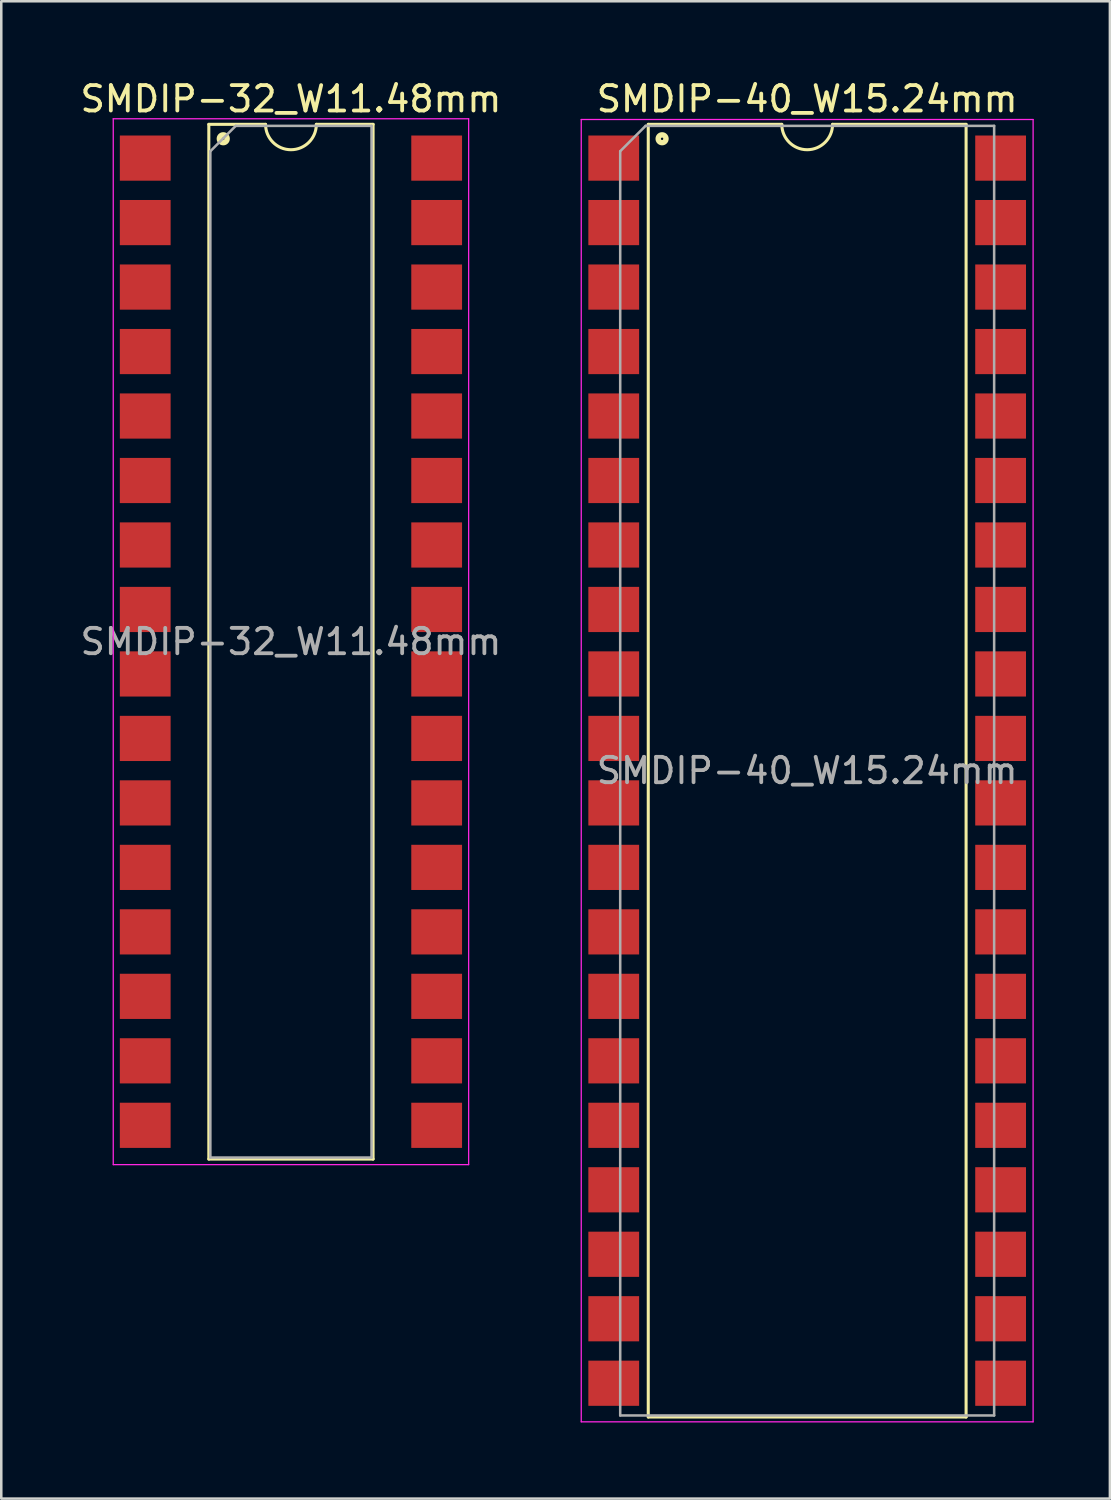
<source format=kicad_pcb>
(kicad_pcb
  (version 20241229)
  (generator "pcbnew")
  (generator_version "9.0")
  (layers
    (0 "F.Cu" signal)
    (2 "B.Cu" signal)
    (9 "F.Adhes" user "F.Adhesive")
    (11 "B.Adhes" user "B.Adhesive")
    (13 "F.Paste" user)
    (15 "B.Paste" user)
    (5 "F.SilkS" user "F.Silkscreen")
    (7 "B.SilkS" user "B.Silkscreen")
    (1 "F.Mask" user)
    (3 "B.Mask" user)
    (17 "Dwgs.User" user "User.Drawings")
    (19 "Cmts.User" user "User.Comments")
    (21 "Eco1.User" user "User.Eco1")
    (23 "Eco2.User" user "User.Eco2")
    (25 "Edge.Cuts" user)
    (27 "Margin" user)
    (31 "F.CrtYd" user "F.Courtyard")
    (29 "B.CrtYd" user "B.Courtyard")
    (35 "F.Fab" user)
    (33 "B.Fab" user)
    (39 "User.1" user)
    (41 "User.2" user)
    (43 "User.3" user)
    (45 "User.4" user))
  (footprint "SMDIP-40_W15.24mm"
    (layer "F.Cu")
    (at 28.746 27.308)
    (property "Reference" "SMDIP-40_W15.24mm" (at 0 -26.46 0) (layer "F.SilkS") (effects (font (size 1 1) (thickness 0.15))))
    (attr smd)
    (fp_line (start -6.26 -25.46) (end -6.26 25.46) (stroke (width 0.12) (type solid)) (layer "F.SilkS"))
    (fp_line (start -6.26 25.46) (end 6.26 25.46) (stroke (width 0.12) (type solid)) (layer "F.SilkS"))
    (fp_line (start -1 -25.46) (end -6.26 -25.46) (stroke (width 0.12) (type solid)) (layer "F.SilkS"))
    (fp_line (start 6.26 -25.46) (end 1 -25.46) (stroke (width 0.12) (type solid)) (layer "F.SilkS"))
    (fp_line (start 6.26 25.46) (end 6.26 -25.46) (stroke (width 0.12) (type solid)) (layer "F.SilkS"))
    (fp_arc (start 1 -25.46) (mid 0 -24.46) (end -1 -25.46) (stroke (width 0.12) (type solid)) (layer "F.SilkS"))
    (fp_circle (center -5.715 -24.892) (end -5.665 -24.892) (stroke (width 0.12) (type solid)) (fill no) (layer "F.SilkS"))
    (fp_circle (center -5.715 -24.892) (end -5.59 -24.892) (stroke (width 0.12) (type solid)) (fill no) (layer "F.SilkS"))
    (fp_circle (center -5.715 -24.892) (end -5.515 -24.892) (stroke (width 0.12) (type solid)) (fill no) (layer "F.SilkS"))
    (fp_line (start -8.9 -25.65) (end -8.9 25.65) (stroke (width 0.05) (type solid)) (layer "F.CrtYd"))
    (fp_line (start -8.9 25.65) (end 8.9 25.65) (stroke (width 0.05) (type solid)) (layer "F.CrtYd"))
    (fp_line (start 8.9 -25.65) (end -8.9 -25.65) (stroke (width 0.05) (type solid)) (layer "F.CrtYd"))
    (fp_line (start 8.9 25.65) (end 8.9 -25.65) (stroke (width 0.05) (type solid)) (layer "F.CrtYd"))
    (fp_line (start -7.365 -24.4) (end -6.365 -25.4) (stroke (width 0.1) (type solid)) (layer "F.Fab"))
    (fp_line (start -7.365 25.4) (end -7.365 -24.4) (stroke (width 0.1) (type solid)) (layer "F.Fab"))
    (fp_line (start -6.365 -25.4) (end 7.365 -25.4) (stroke (width 0.1) (type solid)) (layer "F.Fab"))
    (fp_line (start 7.365 -25.4) (end 7.365 25.4) (stroke (width 0.1) (type solid)) (layer "F.Fab"))
    (fp_line (start 7.365 25.4) (end -7.365 25.4) (stroke (width 0.1) (type solid)) (layer "F.Fab"))
    (fp_text user "${REFERENCE}" (at 0 0 0) (layer "F.Fab") (effects (font (size 1 1) (thickness 0.15))))
    (pad "1" smd rect (at -7.62 -24.13) (size 2 1.78) (layers "F.Cu" "F.Mask" "F.Paste"))
    (pad "2" smd rect (at -7.62 -21.59) (size 2 1.78) (layers "F.Cu" "F.Mask" "F.Paste"))
    (pad "3" smd rect (at -7.62 -19.05) (size 2 1.78) (layers "F.Cu" "F.Mask" "F.Paste"))
    (pad "4" smd rect (at -7.62 -16.51) (size 2 1.78) (layers "F.Cu" "F.Mask" "F.Paste"))
    (pad "5" smd rect (at -7.62 -13.97) (size 2 1.78) (layers "F.Cu" "F.Mask" "F.Paste"))
    (pad "6" smd rect (at -7.62 -11.43) (size 2 1.78) (layers "F.Cu" "F.Mask" "F.Paste"))
    (pad "7" smd rect (at -7.62 -8.89) (size 2 1.78) (layers "F.Cu" "F.Mask" "F.Paste"))
    (pad "8" smd rect (at -7.62 -6.35) (size 2 1.78) (layers "F.Cu" "F.Mask" "F.Paste"))
    (pad "9" smd rect (at -7.62 -3.81) (size 2 1.78) (layers "F.Cu" "F.Mask" "F.Paste"))
    (pad "10" smd rect (at -7.62 -1.27) (size 2 1.78) (layers "F.Cu" "F.Mask" "F.Paste"))
    (pad "11" smd rect (at -7.62 1.27) (size 2 1.78) (layers "F.Cu" "F.Mask" "F.Paste"))
    (pad "12" smd rect (at -7.62 3.81) (size 2 1.78) (layers "F.Cu" "F.Mask" "F.Paste"))
    (pad "13" smd rect (at -7.62 6.35) (size 2 1.78) (layers "F.Cu" "F.Mask" "F.Paste"))
    (pad "14" smd rect (at -7.62 8.89) (size 2 1.78) (layers "F.Cu" "F.Mask" "F.Paste"))
    (pad "15" smd rect (at -7.62 11.43) (size 2 1.78) (layers "F.Cu" "F.Mask" "F.Paste"))
    (pad "16" smd rect (at -7.62 13.97) (size 2 1.78) (layers "F.Cu" "F.Mask" "F.Paste"))
    (pad "17" smd rect (at -7.62 16.51) (size 2 1.78) (layers "F.Cu" "F.Mask" "F.Paste"))
    (pad "18" smd rect (at -7.62 19.05) (size 2 1.78) (layers "F.Cu" "F.Mask" "F.Paste"))
    (pad "19" smd rect (at -7.62 21.59) (size 2 1.78) (layers "F.Cu" "F.Mask" "F.Paste"))
    (pad "20" smd rect (at -7.62 24.13) (size 2 1.78) (layers "F.Cu" "F.Mask" "F.Paste"))
    (pad "21" smd rect (at 7.62 24.13) (size 2 1.78) (layers "F.Cu" "F.Mask" "F.Paste"))
    (pad "22" smd rect (at 7.62 21.59) (size 2 1.78) (layers "F.Cu" "F.Mask" "F.Paste"))
    (pad "23" smd rect (at 7.62 19.05) (size 2 1.78) (layers "F.Cu" "F.Mask" "F.Paste"))
    (pad "24" smd rect (at 7.62 16.51) (size 2 1.78) (layers "F.Cu" "F.Mask" "F.Paste"))
    (pad "25" smd rect (at 7.62 13.97) (size 2 1.78) (layers "F.Cu" "F.Mask" "F.Paste"))
    (pad "26" smd rect (at 7.62 11.43) (size 2 1.78) (layers "F.Cu" "F.Mask" "F.Paste"))
    (pad "27" smd rect (at 7.62 8.89) (size 2 1.78) (layers "F.Cu" "F.Mask" "F.Paste"))
    (pad "28" smd rect (at 7.62 6.35) (size 2 1.78) (layers "F.Cu" "F.Mask" "F.Paste"))
    (pad "29" smd rect (at 7.62 3.81) (size 2 1.78) (layers "F.Cu" "F.Mask" "F.Paste"))
    (pad "30" smd rect (at 7.62 1.27) (size 2 1.78) (layers "F.Cu" "F.Mask" "F.Paste"))
    (pad "31" smd rect (at 7.62 -1.27) (size 2 1.78) (layers "F.Cu" "F.Mask" "F.Paste"))
    (pad "32" smd rect (at 7.62 -3.81) (size 2 1.78) (layers "F.Cu" "F.Mask" "F.Paste"))
    (pad "33" smd rect (at 7.62 -6.35) (size 2 1.78) (layers "F.Cu" "F.Mask" "F.Paste"))
    (pad "34" smd rect (at 7.62 -8.89) (size 2 1.78) (layers "F.Cu" "F.Mask" "F.Paste"))
    (pad "35" smd rect (at 7.62 -11.43) (size 2 1.78) (layers "F.Cu" "F.Mask" "F.Paste"))
    (pad "36" smd rect (at 7.62 -13.97) (size 2 1.78) (layers "F.Cu" "F.Mask" "F.Paste"))
    (pad "37" smd rect (at 7.62 -16.51) (size 2 1.78) (layers "F.Cu" "F.Mask" "F.Paste"))
    (pad "38" smd rect (at 7.62 -19.05) (size 2 1.78) (layers "F.Cu" "F.Mask" "F.Paste"))
    (pad "39" smd rect (at 7.62 -21.59) (size 2 1.78) (layers "F.Cu" "F.Mask" "F.Paste"))
    (pad "40" smd rect (at 7.62 -24.13) (size 2 1.78) (layers "F.Cu" "F.Mask" "F.Paste")))
  (footprint "SMDIP-32_W11.48mm"
    (layer "F.Cu")
    (at 8.411 22.228)
    (property "Reference" "SMDIP-32_W11.48mm" (at 0 -21.38 0) (layer "F.SilkS") (effects (font (size 1 1) (thickness 0.15))))
    (attr smd)
    (fp_line (start -3.235 -20.38) (end -3.235 20.38) (stroke (width 0.12) (type solid)) (layer "F.SilkS"))
    (fp_line (start -3.235 20.38) (end 3.235 20.38) (stroke (width 0.12) (type solid)) (layer "F.SilkS"))
    (fp_line (start -1 -20.38) (end -3.235 -20.38) (stroke (width 0.12) (type solid)) (layer "F.SilkS"))
    (fp_line (start 3.235 -20.38) (end 1 -20.38) (stroke (width 0.12) (type solid)) (layer "F.SilkS"))
    (fp_line (start 3.235 20.38) (end 3.235 -20.38) (stroke (width 0.12) (type solid)) (layer "F.SilkS"))
    (fp_arc (start 1 -20.38) (mid 0 -19.38) (end -1 -20.38) (stroke (width 0.12) (type solid)) (layer "F.SilkS"))
    (fp_circle (center -2.667 -19.812) (end -2.617 -19.812) (stroke (width 0.12) (type solid)) (fill no) (layer "F.SilkS"))
    (fp_circle (center -2.667 -19.812) (end -2.542 -19.812) (stroke (width 0.12) (type solid)) (fill no) (layer "F.SilkS"))
    (fp_circle (center -2.667 -19.812) (end -2.467 -19.812) (stroke (width 0.12) (type solid)) (fill no) (layer "F.SilkS"))
    (fp_line (start -7 -20.6) (end -7 20.6) (stroke (width 0.05) (type solid)) (layer "F.CrtYd"))
    (fp_line (start -7 20.6) (end 7 20.6) (stroke (width 0.05) (type solid)) (layer "F.CrtYd"))
    (fp_line (start 7 -20.6) (end -7 -20.6) (stroke (width 0.05) (type solid)) (layer "F.CrtYd"))
    (fp_line (start 7 20.6) (end 7 -20.6) (stroke (width 0.05) (type solid)) (layer "F.CrtYd"))
    (fp_line (start -3.175 -19.32) (end -2.175 -20.32) (stroke (width 0.1) (type solid)) (layer "F.Fab"))
    (fp_line (start -3.175 20.32) (end -3.175 -19.32) (stroke (width 0.1) (type solid)) (layer "F.Fab"))
    (fp_line (start -2.175 -20.32) (end 3.175 -20.32) (stroke (width 0.1) (type solid)) (layer "F.Fab"))
    (fp_line (start 3.175 -20.32) (end 3.175 20.32) (stroke (width 0.1) (type solid)) (layer "F.Fab"))
    (fp_line (start 3.175 20.32) (end -3.175 20.32) (stroke (width 0.1) (type solid)) (layer "F.Fab"))
    (fp_text user "${REFERENCE}" (at 0 0 0) (layer "F.Fab") (effects (font (size 1 1) (thickness 0.15))))
    (pad "1" smd rect (at -5.74 -19.05) (size 2 1.78) (layers "F.Cu" "F.Mask" "F.Paste"))
    (pad "2" smd rect (at -5.74 -16.51) (size 2 1.78) (layers "F.Cu" "F.Mask" "F.Paste"))
    (pad "3" smd rect (at -5.74 -13.97) (size 2 1.78) (layers "F.Cu" "F.Mask" "F.Paste"))
    (pad "4" smd rect (at -5.74 -11.43) (size 2 1.78) (layers "F.Cu" "F.Mask" "F.Paste"))
    (pad "5" smd rect (at -5.74 -8.89) (size 2 1.78) (layers "F.Cu" "F.Mask" "F.Paste"))
    (pad "6" smd rect (at -5.74 -6.35) (size 2 1.78) (layers "F.Cu" "F.Mask" "F.Paste"))
    (pad "7" smd rect (at -5.74 -3.81) (size 2 1.78) (layers "F.Cu" "F.Mask" "F.Paste"))
    (pad "8" smd rect (at -5.74 -1.27) (size 2 1.78) (layers "F.Cu" "F.Mask" "F.Paste"))
    (pad "9" smd rect (at -5.74 1.27) (size 2 1.78) (layers "F.Cu" "F.Mask" "F.Paste"))
    (pad "10" smd rect (at -5.74 3.81) (size 2 1.78) (layers "F.Cu" "F.Mask" "F.Paste"))
    (pad "11" smd rect (at -5.74 6.35) (size 2 1.78) (layers "F.Cu" "F.Mask" "F.Paste"))
    (pad "12" smd rect (at -5.74 8.89) (size 2 1.78) (layers "F.Cu" "F.Mask" "F.Paste"))
    (pad "13" smd rect (at -5.74 11.43) (size 2 1.78) (layers "F.Cu" "F.Mask" "F.Paste"))
    (pad "14" smd rect (at -5.74 13.97) (size 2 1.78) (layers "F.Cu" "F.Mask" "F.Paste"))
    (pad "15" smd rect (at -5.74 16.51) (size 2 1.78) (layers "F.Cu" "F.Mask" "F.Paste"))
    (pad "16" smd rect (at -5.74 19.05) (size 2 1.78) (layers "F.Cu" "F.Mask" "F.Paste"))
    (pad "17" smd rect (at 5.74 19.05) (size 2 1.78) (layers "F.Cu" "F.Mask" "F.Paste"))
    (pad "18" smd rect (at 5.74 16.51) (size 2 1.78) (layers "F.Cu" "F.Mask" "F.Paste"))
    (pad "19" smd rect (at 5.74 13.97) (size 2 1.78) (layers "F.Cu" "F.Mask" "F.Paste"))
    (pad "20" smd rect (at 5.74 11.43) (size 2 1.78) (layers "F.Cu" "F.Mask" "F.Paste"))
    (pad "21" smd rect (at 5.74 8.89) (size 2 1.78) (layers "F.Cu" "F.Mask" "F.Paste"))
    (pad "22" smd rect (at 5.74 6.35) (size 2 1.78) (layers "F.Cu" "F.Mask" "F.Paste"))
    (pad "23" smd rect (at 5.74 3.81) (size 2 1.78) (layers "F.Cu" "F.Mask" "F.Paste"))
    (pad "24" smd rect (at 5.74 1.27) (size 2 1.78) (layers "F.Cu" "F.Mask" "F.Paste"))
    (pad "25" smd rect (at 5.74 -1.27) (size 2 1.78) (layers "F.Cu" "F.Mask" "F.Paste"))
    (pad "26" smd rect (at 5.74 -3.81) (size 2 1.78) (layers "F.Cu" "F.Mask" "F.Paste"))
    (pad "27" smd rect (at 5.74 -6.35) (size 2 1.78) (layers "F.Cu" "F.Mask" "F.Paste"))
    (pad "28" smd rect (at 5.74 -8.89) (size 2 1.78) (layers "F.Cu" "F.Mask" "F.Paste"))
    (pad "29" smd rect (at 5.74 -11.43) (size 2 1.78) (layers "F.Cu" "F.Mask" "F.Paste"))
    (pad "30" smd rect (at 5.74 -13.97) (size 2 1.78) (layers "F.Cu" "F.Mask" "F.Paste"))
    (pad "31" smd rect (at 5.74 -16.51) (size 2 1.78) (layers "F.Cu" "F.Mask" "F.Paste"))
    (pad "32" smd rect (at 5.74 -19.05) (size 2 1.78) (layers "F.Cu" "F.Mask" "F.Paste")))
  (gr_rect
    (start -3 -3)
    (end 40.671 55.983)
    (stroke (width 0.1) (type default))
    (fill no)
    (layer "Edge.Cuts")))
</source>
